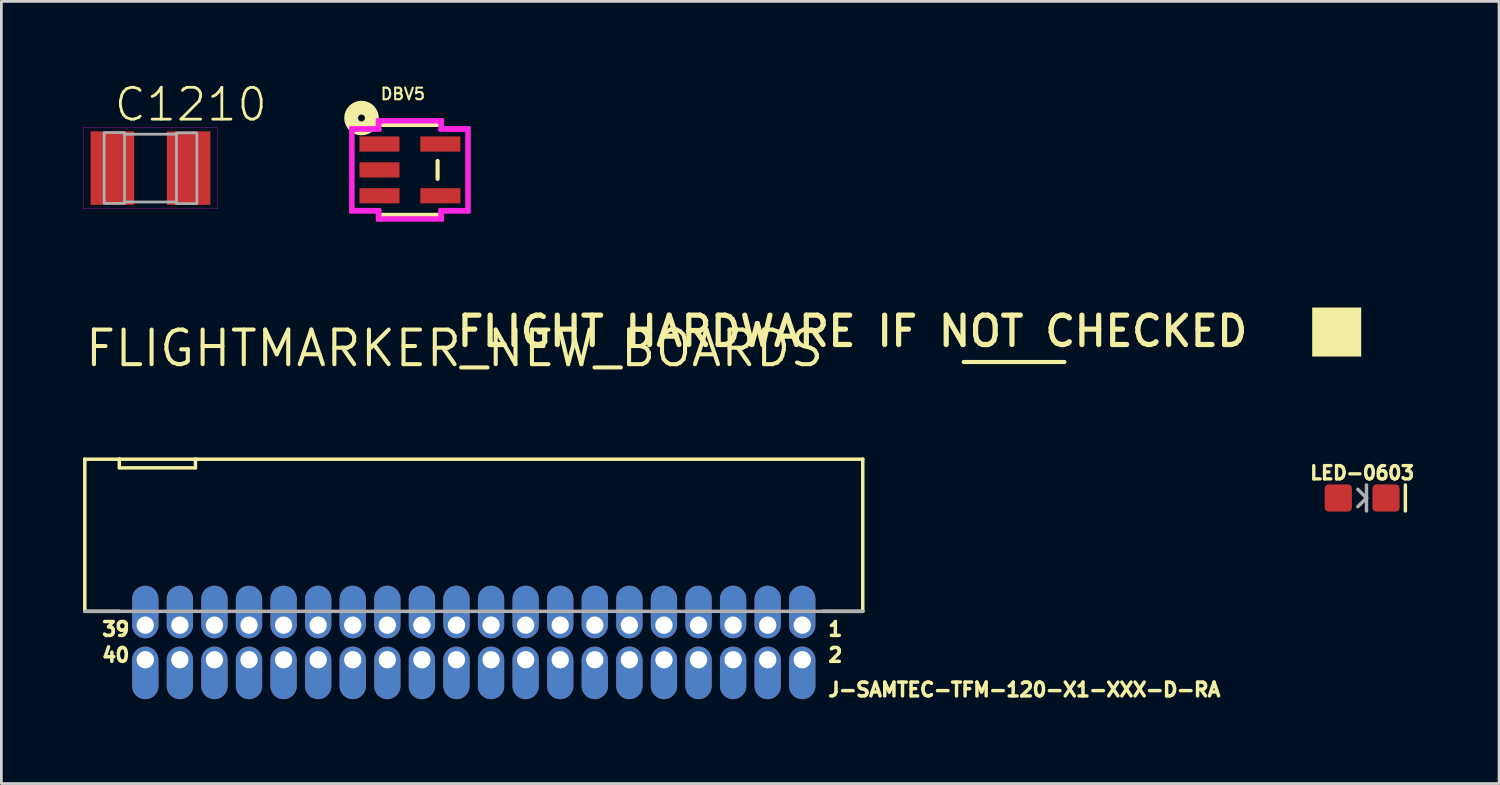
<source format=kicad_pcb>
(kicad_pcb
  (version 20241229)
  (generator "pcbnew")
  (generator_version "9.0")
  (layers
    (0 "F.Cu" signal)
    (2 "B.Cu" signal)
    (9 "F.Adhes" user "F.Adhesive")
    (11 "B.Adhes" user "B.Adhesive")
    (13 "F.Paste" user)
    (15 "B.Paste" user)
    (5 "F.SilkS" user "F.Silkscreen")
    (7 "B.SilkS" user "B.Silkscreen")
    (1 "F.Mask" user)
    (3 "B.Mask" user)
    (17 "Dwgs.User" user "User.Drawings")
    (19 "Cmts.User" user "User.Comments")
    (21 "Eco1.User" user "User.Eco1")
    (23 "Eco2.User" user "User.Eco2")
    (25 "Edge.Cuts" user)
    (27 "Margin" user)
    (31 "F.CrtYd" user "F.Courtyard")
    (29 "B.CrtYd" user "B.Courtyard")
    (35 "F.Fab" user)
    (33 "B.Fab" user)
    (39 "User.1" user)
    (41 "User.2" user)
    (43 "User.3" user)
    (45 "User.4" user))
  (footprint "DBV5"
    (layer "F.Cu")
    (at 12.006 3.19)
    (property "Reference" "DBV5" (at -1.118 -2.54 0) (unlocked yes) (layer "F.SilkS") (effects (font (size 0.425 0.425) (thickness 0.075)) (justify left bottom)))
    (fp_line (start -1.016 1.651) (end 1.016 1.651) (stroke (width 0.152) (type solid)) (layer "F.SilkS"))
    (fp_line (start 1.016 -1.651) (end -1.016 -1.651) (stroke (width 0.152) (type solid)) (layer "F.SilkS"))
    (fp_line (start 1.016 0.33) (end 1.016 -0.33) (stroke (width 0.152) (type solid)) (layer "F.SilkS"))
    (fp_circle (center -1.778 -1.905) (end -1.651 -1.905) (stroke (width 0.508) (type solid)) (fill no) (layer "F.SilkS"))
    (fp_line (start -2.108 -1.473) (end -1.118 -1.473) (stroke (width 0.152) (type solid)) (layer "F.CrtYd"))
    (fp_line (start -2.108 1.473) (end -2.108 -1.473) (stroke (width 0.152) (type solid)) (layer "F.CrtYd"))
    (fp_line (start -1.118 -1.778) (end 1.118 -1.778) (stroke (width 0.152) (type solid)) (layer "F.CrtYd"))
    (fp_line (start -1.118 -1.473) (end -1.118 -1.778) (stroke (width 0.152) (type solid)) (layer "F.CrtYd"))
    (fp_line (start -1.118 1.473) (end -2.108 1.473) (stroke (width 0.152) (type solid)) (layer "F.CrtYd"))
    (fp_line (start -1.118 1.778) (end -1.118 1.473) (stroke (width 0.152) (type solid)) (layer "F.CrtYd"))
    (fp_line (start 1.118 -1.778) (end 1.118 -1.473) (stroke (width 0.152) (type solid)) (layer "F.CrtYd"))
    (fp_line (start 1.118 -1.473) (end 2.108 -1.473) (stroke (width 0.152) (type solid)) (layer "F.CrtYd"))
    (fp_line (start 1.118 1.473) (end 1.118 1.778) (stroke (width 0.152) (type solid)) (layer "F.CrtYd"))
    (fp_line (start 1.118 1.778) (end -1.118 1.778) (stroke (width 0.152) (type solid)) (layer "F.CrtYd"))
    (fp_line (start 2.108 -1.473) (end 2.108 1.473) (stroke (width 0.152) (type solid)) (layer "F.CrtYd"))
    (fp_line (start 2.108 1.473) (end 1.118 1.473) (stroke (width 0.152) (type solid)) (layer "F.CrtYd"))
    (fp_poly (pts (xy 1.206 -1.56) (xy 2.184 -1.56) (xy 2.184 1.56) (xy 1.206 1.56) (xy 1.206 1.854) (xy -1.206 1.854) (xy -1.206 1.56) (xy -2.184 1.56) (xy -2.184 -1.56) (xy -1.206 -1.56) (xy -1.206 -1.854) (xy 1.206 -1.854)) (stroke (width 0.1) (type default)) (fill no) (layer "F.CrtYd"))
    (pad "1" smd rect (at -1.118 -0.95) (size 1.473 0.559) (layers "F.Cu" "F.Mask" "F.Paste"))
    (pad "2" smd rect (at -1.118 0) (size 1.473 0.559) (layers "F.Cu" "F.Mask" "F.Paste"))
    (pad "3" smd rect (at -1.118 0.95) (size 1.473 0.559) (layers "F.Cu" "F.Mask" "F.Paste"))
    (pad "4" smd rect (at 1.118 0.95) (size 1.473 0.559) (layers "F.Cu" "F.Mask" "F.Paste"))
    (pad "5" smd rect (at 1.118 -0.95) (size 1.473 0.559) (layers "F.Cu" "F.Mask" "F.Paste")))
  (footprint "FLIGHTMARKER_NEW_BOARDS"
    (layer "F.Cu")
    (at 13.645 9.745)
    (property "Reference" "FLIGHTMARKER_NEW_BOARDS" (at 0 0 0) (layer "F.SilkS") (effects (font (size 1.27 1.27) (thickness 0.15))))
    (fp_line (start 18.7 0.5) (end 22.4 0.5) (stroke (width 0.152) (type solid)) (layer "F.SilkS"))
    (fp_poly (pts (xy 31.5 0.3) (xy 33.3 0.3) (xy 33.3 -1.5) (xy 31.5 -1.5)) (stroke (width 0) (type default)) (fill yes) (layer "F.SilkS"))
    (fp_text user "FLIGHT HARDWARE IF NOT CHECKED" (at 0 0 0) (unlocked yes) (layer "F.SilkS") (effects (font (size 1.079 1.079) (thickness 0.191)) (justify left bottom))))
  (footprint "J-SAMTEC-TFM-120-X1-XXX-D-RA"
    (layer "F.Cu")
    (at 14.351 20.546)
    (property "Reference" "J-SAMTEC-TFM-120-X1-XXX-D-RA" (at 12.954 2.032 0) (unlocked yes) (layer "F.SilkS") (effects (font (size 0.508 0.508) (thickness 0.127)) (justify left bottom)))
    (fp_line (start -14.287 -6.731) (end -13.018 -6.731) (stroke (width 0.127) (type solid)) (layer "F.SilkS"))
    (fp_line (start -14.287 -1.143) (end -14.287 -6.731) (stroke (width 0.127) (type solid)) (layer "F.SilkS"))
    (fp_line (start -14.287 -1.143) (end -13.018 -1.143) (stroke (width 0.127) (type solid)) (layer "F.SilkS"))
    (fp_line (start -13.018 -6.731) (end -13.018 -6.413) (stroke (width 0.127) (type solid)) (layer "F.SilkS"))
    (fp_line (start -13.018 -6.731) (end -10.223 -6.731) (stroke (width 0.127) (type solid)) (layer "F.SilkS"))
    (fp_line (start -13.018 -6.413) (end -10.223 -6.413) (stroke (width 0.127) (type solid)) (layer "F.SilkS"))
    (fp_line (start -10.223 -6.731) (end 14.287 -6.731) (stroke (width 0.127) (type solid)) (layer "F.SilkS"))
    (fp_line (start -10.223 -6.413) (end -10.223 -6.731) (stroke (width 0.127) (type solid)) (layer "F.SilkS"))
    (fp_line (start 12.827 -1.143) (end 14.287 -1.143) (stroke (width 0.127) (type solid)) (layer "F.SilkS"))
    (fp_line (start 14.287 -6.731) (end 14.287 -1.143) (stroke (width 0.127) (type solid)) (layer "F.SilkS"))
    (fp_line (start -14.287 -1.143) (end -13.018 -1.143) (stroke (width 0.127) (type solid)) (layer "F.Fab"))
    (fp_line (start -13.018 -1.143) (end -10.223 -1.143) (stroke (width 0.127) (type solid)) (layer "F.Fab"))
    (fp_line (start -10.223 -1.143) (end 14.287 -1.143) (stroke (width 0.127) (type solid)) (layer "F.Fab"))
    (fp_text user "39" (at -13.716 -0.191 0) (unlocked yes) (layer "F.SilkS") (effects (font (size 0.508 0.508) (thickness 0.127)) (justify left bottom)))
    (fp_text user "2" (at 12.954 0.762 0) (unlocked yes) (layer "F.SilkS") (effects (font (size 0.508 0.508) (thickness 0.127)) (justify left bottom)))
    (fp_text user "1" (at 12.954 -0.191 0) (unlocked yes) (layer "F.SilkS") (effects (font (size 0.508 0.508) (thickness 0.127)) (justify left bottom)))
    (fp_text user "40" (at -13.716 0.762 0) (unlocked yes) (layer "F.SilkS") (effects (font (size 0.508 0.508) (thickness 0.127)) (justify left bottom)))
    (pad "1" thru_hole oval (at 12.065 -0.635 90) (size 1.93 0.965) (drill 0.635 (offset 0.483 0)) (layers "*.Cu" "*.Mask"))
    (pad "2" thru_hole oval (at 12.065 0.635 270) (size 1.93 0.965) (drill 0.635 (offset 0.483 0)) (layers "*.Cu" "*.Mask"))
    (pad "3" thru_hole oval (at 10.795 -0.635 90) (size 1.93 0.965) (drill 0.635 (offset 0.483 0)) (layers "*.Cu" "*.Mask"))
    (pad "4" thru_hole oval (at 10.795 0.635 270) (size 1.93 0.965) (drill 0.635 (offset 0.483 0)) (layers "*.Cu" "*.Mask"))
    (pad "5" thru_hole oval (at 9.525 -0.635 90) (size 1.93 0.965) (drill 0.635 (offset 0.483 0)) (layers "*.Cu" "*.Mask"))
    (pad "6" thru_hole oval (at 9.525 0.635 270) (size 1.93 0.965) (drill 0.635 (offset 0.483 0)) (layers "*.Cu" "*.Mask"))
    (pad "7" thru_hole oval (at 8.255 -0.635 90) (size 1.93 0.965) (drill 0.635 (offset 0.483 0)) (layers "*.Cu" "*.Mask"))
    (pad "8" thru_hole oval (at 8.255 0.635 270) (size 1.93 0.965) (drill 0.635 (offset 0.483 0)) (layers "*.Cu" "*.Mask"))
    (pad "9" thru_hole oval (at 6.985 -0.635 90) (size 1.93 0.965) (drill 0.635 (offset 0.483 0)) (layers "*.Cu" "*.Mask"))
    (pad "10" thru_hole oval (at 6.985 0.635 270) (size 1.93 0.965) (drill 0.635 (offset 0.483 0)) (layers "*.Cu" "*.Mask"))
    (pad "11" thru_hole oval (at 5.715 -0.635 90) (size 1.93 0.965) (drill 0.635 (offset 0.483 0)) (layers "*.Cu" "*.Mask"))
    (pad "12" thru_hole oval (at 5.715 0.635 270) (size 1.93 0.965) (drill 0.635 (offset 0.483 0)) (layers "*.Cu" "*.Mask"))
    (pad "13" thru_hole oval (at 4.445 -0.635 90) (size 1.93 0.965) (drill 0.635 (offset 0.483 0)) (layers "*.Cu" "*.Mask"))
    (pad "14" thru_hole oval (at 4.445 0.635 270) (size 1.93 0.965) (drill 0.635 (offset 0.483 0)) (layers "*.Cu" "*.Mask"))
    (pad "15" thru_hole oval (at 3.175 -0.635 90) (size 1.93 0.965) (drill 0.635 (offset 0.483 0)) (layers "*.Cu" "*.Mask"))
    (pad "16" thru_hole oval (at 3.175 0.635 270) (size 1.93 0.965) (drill 0.635 (offset 0.483 0)) (layers "*.Cu" "*.Mask"))
    (pad "17" thru_hole oval (at 1.905 -0.635 90) (size 1.93 0.965) (drill 0.635 (offset 0.483 0)) (layers "*.Cu" "*.Mask"))
    (pad "18" thru_hole oval (at 1.905 0.635 270) (size 1.93 0.965) (drill 0.635 (offset 0.483 0)) (layers "*.Cu" "*.Mask"))
    (pad "19" thru_hole oval (at 0.635 -0.635 90) (size 1.93 0.965) (drill 0.635 (offset 0.483 0)) (layers "*.Cu" "*.Mask"))
    (pad "20" thru_hole oval (at 0.635 0.635 270) (size 1.93 0.965) (drill 0.635 (offset 0.483 0)) (layers "*.Cu" "*.Mask"))
    (pad "21" thru_hole oval (at -0.635 -0.635 90) (size 1.93 0.965) (drill 0.635 (offset 0.483 0)) (layers "*.Cu" "*.Mask"))
    (pad "22" thru_hole oval (at -0.635 0.635 270) (size 1.93 0.965) (drill 0.635 (offset 0.483 0)) (layers "*.Cu" "*.Mask"))
    (pad "23" thru_hole oval (at -1.905 -0.635 90) (size 1.93 0.965) (drill 0.635 (offset 0.483 0)) (layers "*.Cu" "*.Mask"))
    (pad "24" thru_hole oval (at -1.905 0.635 270) (size 1.93 0.965) (drill 0.635 (offset 0.483 0)) (layers "*.Cu" "*.Mask"))
    (pad "25" thru_hole oval (at -3.175 -0.635 90) (size 1.93 0.965) (drill 0.635 (offset 0.483 0)) (layers "*.Cu" "*.Mask"))
    (pad "26" thru_hole oval (at -3.175 0.635 270) (size 1.93 0.965) (drill 0.635 (offset 0.483 0)) (layers "*.Cu" "*.Mask"))
    (pad "27" thru_hole oval (at -4.445 -0.635 90) (size 1.93 0.965) (drill 0.635 (offset 0.483 0)) (layers "*.Cu" "*.Mask"))
    (pad "28" thru_hole oval (at -4.445 0.635 270) (size 1.93 0.965) (drill 0.635 (offset 0.483 0)) (layers "*.Cu" "*.Mask"))
    (pad "29" thru_hole oval (at -5.715 -0.635 90) (size 1.93 0.965) (drill 0.635 (offset 0.483 0)) (layers "*.Cu" "*.Mask"))
    (pad "30" thru_hole oval (at -5.715 0.635 270) (size 1.93 0.965) (drill 0.635 (offset 0.483 0)) (layers "*.Cu" "*.Mask"))
    (pad "31" thru_hole oval (at -6.985 -0.635 90) (size 1.93 0.965) (drill 0.635 (offset 0.483 0)) (layers "*.Cu" "*.Mask"))
    (pad "32" thru_hole oval (at -6.985 0.635 270) (size 1.93 0.965) (drill 0.635 (offset 0.483 0)) (layers "*.Cu" "*.Mask"))
    (pad "33" thru_hole oval (at -8.255 -0.635 90) (size 1.93 0.965) (drill 0.635 (offset 0.483 0)) (layers "*.Cu" "*.Mask"))
    (pad "34" thru_hole oval (at -8.255 0.635 270) (size 1.93 0.965) (drill 0.635 (offset 0.483 0)) (layers "*.Cu" "*.Mask"))
    (pad "35" thru_hole oval (at -9.525 -0.635 90) (size 1.93 0.965) (drill 0.635 (offset 0.483 0)) (layers "*.Cu" "*.Mask"))
    (pad "36" thru_hole oval (at -9.525 0.635 270) (size 1.93 0.965) (drill 0.635 (offset 0.483 0)) (layers "*.Cu" "*.Mask"))
    (pad "37" thru_hole oval (at -10.795 -0.635 90) (size 1.93 0.965) (drill 0.635 (offset 0.483 0)) (layers "*.Cu" "*.Mask"))
    (pad "38" thru_hole oval (at -10.795 0.635 270) (size 1.93 0.965) (drill 0.635 (offset 0.483 0)) (layers "*.Cu" "*.Mask"))
    (pad "39" thru_hole oval (at -12.065 -0.635 90) (size 1.93 0.965) (drill 0.635 (offset 0.483 0)) (layers "*.Cu" "*.Mask"))
    (pad "40" thru_hole oval (at -12.065 0.635 270) (size 1.93 0.965) (drill 0.635 (offset 0.483 0)) (layers "*.Cu" "*.Mask")))
  (footprint "C1210"
    (layer "F.Cu")
    (at 2.478 3.124)
    (property "Reference" "C1210" (at -1.397 -1.651 0) (unlocked yes) (layer "F.SilkS") (effects (font (size 1.168 1.168) (thickness 0.102)) (justify left bottom)))
    (fp_line (start -2.473 -1.483) (end 2.473 -1.483) (stroke (width 0.01) (type solid)) (layer "F.CrtYd"))
    (fp_line (start -2.473 1.483) (end -2.473 -1.483) (stroke (width 0.01) (type solid)) (layer "F.CrtYd"))
    (fp_line (start 2.473 -1.483) (end 2.473 1.483) (stroke (width 0.01) (type solid)) (layer "F.CrtYd"))
    (fp_line (start 2.473 1.483) (end -2.473 1.483) (stroke (width 0.01) (type solid)) (layer "F.CrtYd"))
    (fp_line (start -0.965 -1.245) (end 0.965 -1.245) (stroke (width 0.102) (type solid)) (layer "F.Fab"))
    (fp_line (start -0.965 1.245) (end 0.965 1.245) (stroke (width 0.102) (type solid)) (layer "F.Fab"))
    (fp_poly (pts (xy -1.702 1.295) (xy -0.952 1.295) (xy -0.952 -1.304) (xy -1.702 -1.304)) (stroke (width 0.1) (type default)) (fill no) (layer "F.Fab"))
    (fp_poly (pts (xy 0.952 1.304) (xy 1.702 1.304) (xy 1.702 -1.295) (xy 0.952 -1.295)) (stroke (width 0.1) (type default)) (fill no) (layer "F.Fab"))
    (pad "1" smd rect (at -1.4 0) (size 1.6 2.7) (layers "F.Cu" "F.Mask" "F.Paste"))
    (pad "2" smd rect (at 1.4 0) (size 1.6 2.7) (layers "F.Cu" "F.Mask" "F.Paste")))
  (footprint "LED-0603"
    (layer "F.Cu")
    (at 46.98 15.24)
    (property "Reference" "LED-0603" (at 0 -0.635 0) (unlocked yes) (layer "F.SilkS") (effects (font (size 0.488 0.488) (thickness 0.122)) (justify bottom)))
    (fp_line (start 1.587 -0.476) (end 1.587 0.476) (stroke (width 0.127) (type solid)) (layer "F.SilkS"))
    (fp_line (start 0.159 -0.476) (end 0.159 0) (stroke (width 0.127) (type solid)) (layer "F.Fab"))
    (fp_line (start 0.159 0) (end -0.159 -0.318) (stroke (width 0.127) (type solid)) (layer "F.Fab"))
    (fp_line (start 0.159 0) (end -0.159 0.318) (stroke (width 0.127) (type solid)) (layer "F.Fab"))
    (fp_line (start 0.159 0) (end 0.159 0.476) (stroke (width 0.127) (type solid)) (layer "F.Fab"))
    (pad "A" smd roundrect (at -0.877 0 270) (size 1 1) (layers "F.Cu" "F.Mask" "F.Paste") (roundrect_rratio 0.15))
    (pad "C" smd roundrect (at 0.877 0 270) (size 1 1) (layers "F.Cu" "F.Mask" "F.Paste") (roundrect_rratio 0.15)))
  (gr_rect
    (start -3 -3)
    (end 52.007 25.729)
    (stroke (width 0.1) (type default))
    (fill no)
    (layer "Edge.Cuts")))
</source>
